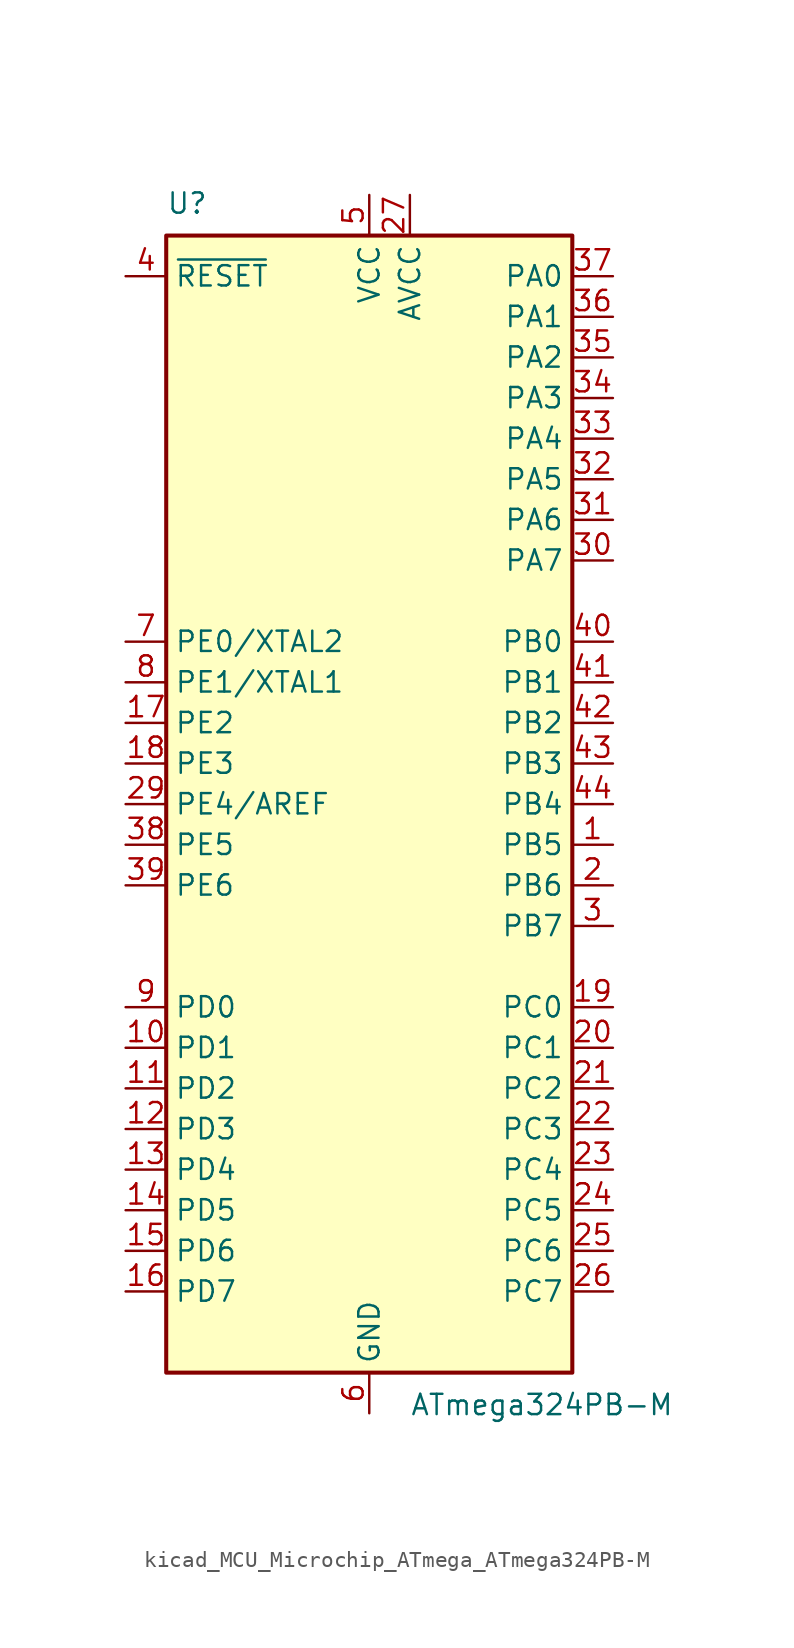
<source format=kicad_sym>
(kicad_symbol_lib
  (version 20220914)
  (generator kicad_symbol_editor)
  (symbol "kicad_MCU_Microchip_ATmega_ATmega324PB-M"
    (property "Reference" "U"
      (at -12.7 36.83 0)
      (effects (font (size 1.27 1.27)) (justify left bottom)))
    (property "Value" "ATmega324PB-M"
      (at 2.54 -36.83 0)
      (effects (font (size 1.27 1.27)) (justify left top)))
    (symbol "kicad_MCU_Microchip_ATmega_ATmega324PB-M_0_1"
      (rectangle (start -12.7 -35.56) (end 12.7 35.56) (stroke (width 0.254) (type default)) (fill (type background))))
    (symbol "kicad_MCU_Microchip_ATmega_ATmega324PB-M_1_1"
      (pin bidirectional line (at 15.24 -2.54 180) (length 2.54) (name "PB5" (effects (font (size 1.27 1.27)))) (number "1" (effects (font (size 1.27 1.27)))))
      (pin bidirectional line (at -15.24 -15.24 0) (length 2.54) (name "PD1" (effects (font (size 1.27 1.27)))) (number "10" (effects (font (size 1.27 1.27)))))
      (pin bidirectional line (at -15.24 -17.78 0) (length 2.54) (name "PD2" (effects (font (size 1.27 1.27)))) (number "11" (effects (font (size 1.27 1.27)))))
      (pin bidirectional line (at -15.24 -20.32 0) (length 2.54) (name "PD3" (effects (font (size 1.27 1.27)))) (number "12" (effects (font (size 1.27 1.27)))))
      (pin bidirectional line (at -15.24 -22.86 0) (length 2.54) (name "PD4" (effects (font (size 1.27 1.27)))) (number "13" (effects (font (size 1.27 1.27)))))
      (pin bidirectional line (at -15.24 -25.4 0) (length 2.54) (name "PD5" (effects (font (size 1.27 1.27)))) (number "14" (effects (font (size 1.27 1.27)))))
      (pin bidirectional line (at -15.24 -27.94 0) (length 2.54) (name "PD6" (effects (font (size 1.27 1.27)))) (number "15" (effects (font (size 1.27 1.27)))))
      (pin bidirectional line (at -15.24 -30.48 0) (length 2.54) (name "PD7" (effects (font (size 1.27 1.27)))) (number "16" (effects (font (size 1.27 1.27)))))
      (pin bidirectional line (at -15.24 5.08 0) (length 2.54) (name "PE2" (effects (font (size 1.27 1.27)))) (number "17" (effects (font (size 1.27 1.27)))))
      (pin bidirectional line (at -15.24 2.54 0) (length 2.54) (name "PE3" (effects (font (size 1.27 1.27)))) (number "18" (effects (font (size 1.27 1.27)))))
      (pin bidirectional line (at 15.24 -12.7 180) (length 2.54) (name "PC0" (effects (font (size 1.27 1.27)))) (number "19" (effects (font (size 1.27 1.27)))))
      (pin bidirectional line (at 15.24 -5.08 180) (length 2.54) (name "PB6" (effects (font (size 1.27 1.27)))) (number "2" (effects (font (size 1.27 1.27)))))
      (pin bidirectional line (at 15.24 -15.24 180) (length 2.54) (name "PC1" (effects (font (size 1.27 1.27)))) (number "20" (effects (font (size 1.27 1.27)))))
      (pin bidirectional line (at 15.24 -17.78 180) (length 2.54) (name "PC2" (effects (font (size 1.27 1.27)))) (number "21" (effects (font (size 1.27 1.27)))))
      (pin bidirectional line (at 15.24 -20.32 180) (length 2.54) (name "PC3" (effects (font (size 1.27 1.27)))) (number "22" (effects (font (size 1.27 1.27)))))
      (pin bidirectional line (at 15.24 -22.86 180) (length 2.54) (name "PC4" (effects (font (size 1.27 1.27)))) (number "23" (effects (font (size 1.27 1.27)))))
      (pin bidirectional line (at 15.24 -25.4 180) (length 2.54) (name "PC5" (effects (font (size 1.27 1.27)))) (number "24" (effects (font (size 1.27 1.27)))))
      (pin bidirectional line (at 15.24 -27.94 180) (length 2.54) (name "PC6" (effects (font (size 1.27 1.27)))) (number "25" (effects (font (size 1.27 1.27)))))
      (pin bidirectional line (at 15.24 -30.48 180) (length 2.54) (name "PC7" (effects (font (size 1.27 1.27)))) (number "26" (effects (font (size 1.27 1.27)))))
      (pin power_in line (at 2.54 38.1 270) (length 2.54) (name "AVCC" (effects (font (size 1.27 1.27)))) (number "27" (effects (font (size 1.27 1.27)))))
      (pin passive line (at 0 -38.1 90) (length 2.54) hide (name "GND" (effects (font (size 1.27 1.27)))) (number "28" (effects (font (size 1.27 1.27)))))
      (pin bidirectional line (at -15.24 0 0) (length 2.54) (name "PE4/AREF" (effects (font (size 1.27 1.27)))) (number "29" (effects (font (size 1.27 1.27)))))
      (pin bidirectional line (at 15.24 -7.62 180) (length 2.54) (name "PB7" (effects (font (size 1.27 1.27)))) (number "3" (effects (font (size 1.27 1.27)))))
      (pin bidirectional line (at 15.24 15.24 180) (length 2.54) (name "PA7" (effects (font (size 1.27 1.27)))) (number "30" (effects (font (size 1.27 1.27)))))
      (pin bidirectional line (at 15.24 17.78 180) (length 2.54) (name "PA6" (effects (font (size 1.27 1.27)))) (number "31" (effects (font (size 1.27 1.27)))))
      (pin bidirectional line (at 15.24 20.32 180) (length 2.54) (name "PA5" (effects (font (size 1.27 1.27)))) (number "32" (effects (font (size 1.27 1.27)))))
      (pin bidirectional line (at 15.24 22.86 180) (length 2.54) (name "PA4" (effects (font (size 1.27 1.27)))) (number "33" (effects (font (size 1.27 1.27)))))
      (pin bidirectional line (at 15.24 25.4 180) (length 2.54) (name "PA3" (effects (font (size 1.27 1.27)))) (number "34" (effects (font (size 1.27 1.27)))))
      (pin bidirectional line (at 15.24 27.94 180) (length 2.54) (name "PA2" (effects (font (size 1.27 1.27)))) (number "35" (effects (font (size 1.27 1.27)))))
      (pin bidirectional line (at 15.24 30.48 180) (length 2.54) (name "PA1" (effects (font (size 1.27 1.27)))) (number "36" (effects (font (size 1.27 1.27)))))
      (pin bidirectional line (at 15.24 33.02 180) (length 2.54) (name "PA0" (effects (font (size 1.27 1.27)))) (number "37" (effects (font (size 1.27 1.27)))))
      (pin bidirectional line (at -15.24 -2.54 0) (length 2.54) (name "PE5" (effects (font (size 1.27 1.27)))) (number "38" (effects (font (size 1.27 1.27)))))
      (pin bidirectional line (at -15.24 -5.08 0) (length 2.54) (name "PE6" (effects (font (size 1.27 1.27)))) (number "39" (effects (font (size 1.27 1.27)))))
      (pin input line (at -15.24 33.02 0) (length 2.54) (name "~{RESET}" (effects (font (size 1.27 1.27)))) (number "4" (effects (font (size 1.27 1.27)))))
      (pin bidirectional line (at 15.24 10.16 180) (length 2.54) (name "PB0" (effects (font (size 1.27 1.27)))) (number "40" (effects (font (size 1.27 1.27)))))
      (pin bidirectional line (at 15.24 7.62 180) (length 2.54) (name "PB1" (effects (font (size 1.27 1.27)))) (number "41" (effects (font (size 1.27 1.27)))))
      (pin bidirectional line (at 15.24 5.08 180) (length 2.54) (name "PB2" (effects (font (size 1.27 1.27)))) (number "42" (effects (font (size 1.27 1.27)))))
      (pin bidirectional line (at 15.24 2.54 180) (length 2.54) (name "PB3" (effects (font (size 1.27 1.27)))) (number "43" (effects (font (size 1.27 1.27)))))
      (pin bidirectional line (at 15.24 0 180) (length 2.54) (name "PB4" (effects (font (size 1.27 1.27)))) (number "44" (effects (font (size 1.27 1.27)))))
      (pin passive line (at 0 -38.1 90) (length 2.54) hide (name "GND" (effects (font (size 1.27 1.27)))) (number "45" (effects (font (size 1.27 1.27)))))
      (pin power_in line (at 0 38.1 270) (length 2.54) (name "VCC" (effects (font (size 1.27 1.27)))) (number "5" (effects (font (size 1.27 1.27)))))
      (pin power_in line (at 0 -38.1 90) (length 2.54) (name "GND" (effects (font (size 1.27 1.27)))) (number "6" (effects (font (size 1.27 1.27)))))
      (pin bidirectional line (at -15.24 10.16 0) (length 2.54) (name "PE0/XTAL2" (effects (font (size 1.27 1.27)))) (number "7" (effects (font (size 1.27 1.27)))))
      (pin bidirectional line (at -15.24 7.62 0) (length 2.54) (name "PE1/XTAL1" (effects (font (size 1.27 1.27)))) (number "8" (effects (font (size 1.27 1.27)))))
      (pin bidirectional line (at -15.24 -12.7 0) (length 2.54) (name "PD0" (effects (font (size 1.27 1.27)))) (number "9" (effects (font (size 1.27 1.27))))))))
</source>
